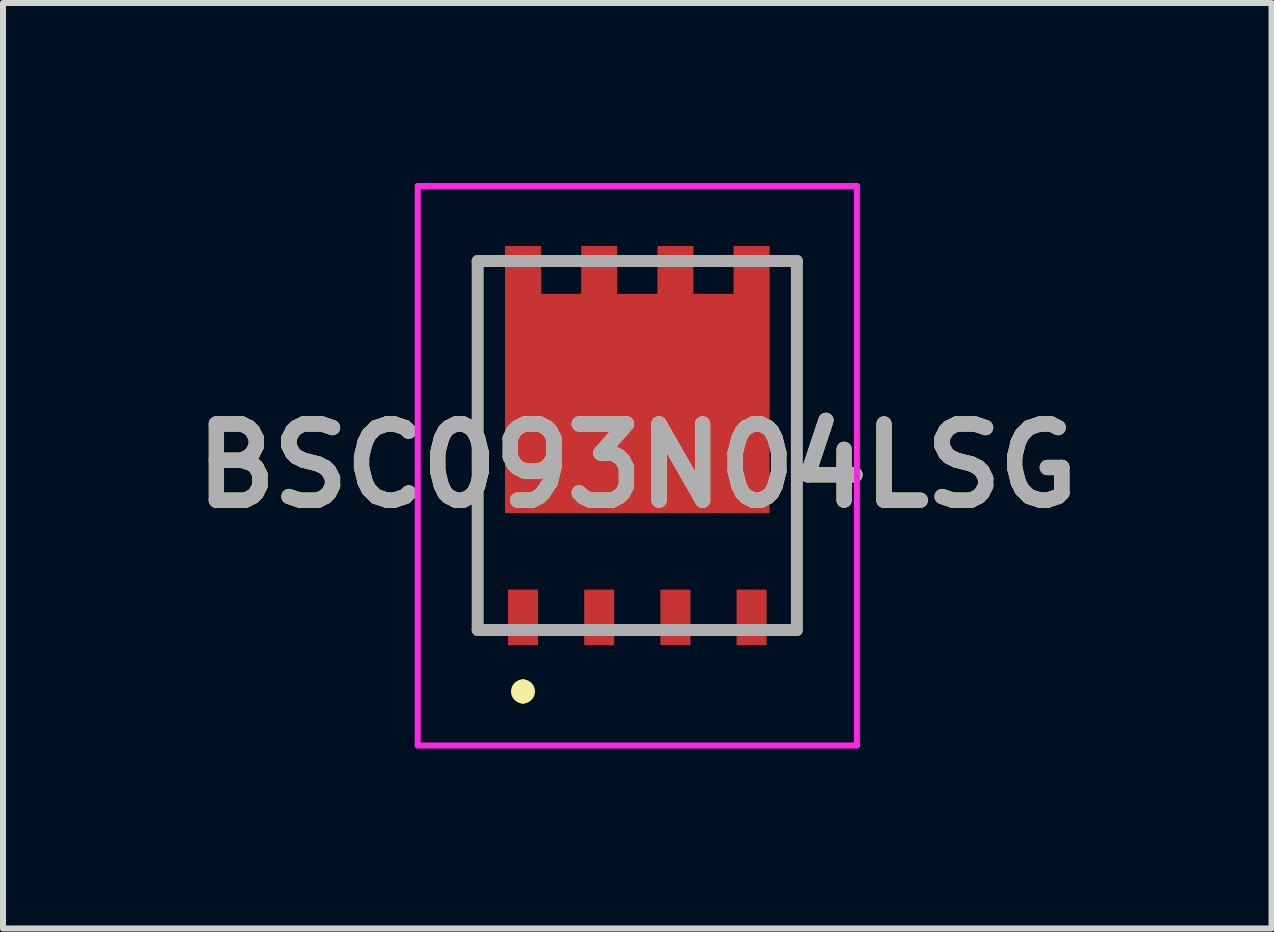
<source format=kicad_pcb>
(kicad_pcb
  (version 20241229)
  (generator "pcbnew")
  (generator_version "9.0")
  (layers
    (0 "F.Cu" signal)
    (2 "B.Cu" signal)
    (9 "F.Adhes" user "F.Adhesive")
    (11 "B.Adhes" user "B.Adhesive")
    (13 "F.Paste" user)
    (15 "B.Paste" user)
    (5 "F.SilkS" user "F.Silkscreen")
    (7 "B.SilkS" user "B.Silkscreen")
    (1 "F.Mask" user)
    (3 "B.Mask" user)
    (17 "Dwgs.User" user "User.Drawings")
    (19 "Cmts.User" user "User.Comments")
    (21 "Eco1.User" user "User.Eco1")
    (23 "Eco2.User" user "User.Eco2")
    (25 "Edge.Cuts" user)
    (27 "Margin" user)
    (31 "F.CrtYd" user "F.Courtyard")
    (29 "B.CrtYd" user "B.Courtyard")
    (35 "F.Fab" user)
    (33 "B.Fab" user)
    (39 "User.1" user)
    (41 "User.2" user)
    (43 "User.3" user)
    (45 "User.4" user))
  (footprint "BSC093N04LSG"
    (layer "F.Cu")
    (at 7.572 4.375)
    (property "Reference" "BSC093N04LSG" (at 0 0.337 0) (layer "F.SilkS") (effects (font (size 1.27 1.27) (thickness 0.254))))
    (attr smd)
    (fp_line (start -2.66 -3.075) (end -2.66 3.075) (stroke (width 0.1) (type solid)) (layer "F.SilkS"))
    (fp_line (start -1.905 4) (end -1.905 4) (stroke (width 0.2) (type solid)) (layer "F.SilkS"))
    (fp_line (start -1.905 4.2) (end -1.905 4.2) (stroke (width 0.2) (type solid)) (layer "F.SilkS"))
    (fp_line (start 2.66 -3.075) (end 2.66 3.075) (stroke (width 0.1) (type solid)) (layer "F.SilkS"))
    (fp_arc (start -1.905 4) (mid -1.805 4.1) (end -1.905 4.2) (stroke (width 0.2) (type solid)) (layer "F.SilkS"))
    (fp_arc (start -1.905 4.2) (mid -2.005 4.1) (end -1.905 4) (stroke (width 0.2) (type solid)) (layer "F.SilkS"))
    (fp_line (start -3.66 -4.325) (end 3.66 -4.325) (stroke (width 0.1) (type solid)) (layer "F.CrtYd"))
    (fp_line (start -3.66 5) (end -3.66 -4.325) (stroke (width 0.1) (type solid)) (layer "F.CrtYd"))
    (fp_line (start 3.66 -4.325) (end 3.66 5) (stroke (width 0.1) (type solid)) (layer "F.CrtYd"))
    (fp_line (start 3.66 5) (end -3.66 5) (stroke (width 0.1) (type solid)) (layer "F.CrtYd"))
    (fp_line (start -2.66 -3.075) (end 2.66 -3.075) (stroke (width 0.2) (type solid)) (layer "F.Fab"))
    (fp_line (start -2.66 3.075) (end -2.66 -3.075) (stroke (width 0.2) (type solid)) (layer "F.Fab"))
    (fp_line (start 2.66 -3.075) (end 2.66 3.075) (stroke (width 0.2) (type solid)) (layer "F.Fab"))
    (fp_line (start 2.66 3.075) (end -2.66 3.075) (stroke (width 0.2) (type solid)) (layer "F.Fab"))
    (fp_text user "${REFERENCE}" (at 0 0.337 0) (layer "F.Fab") (effects (font (size 1.27 1.27) (thickness 0.254))))
    (pad "1" smd rect (at -1.905 2.865) (size 0.5 0.925) (layers "F.Cu" "F.Mask" "F.Paste"))
    (pad "1" smd rect (at -0.635 2.865) (size 0.5 0.925) (layers "F.Cu" "F.Mask" "F.Paste"))
    (pad "1" smd rect (at 0.635 2.865) (size 0.5 0.925) (layers "F.Cu" "F.Mask" "F.Paste"))
    (pad "9" smd rect (at 1.905 2.865) (size 0.5 0.925) (layers "F.Cu" "F.Mask" "F.Paste"))
    (pad "10" smd rect (at -1.905 -2.925) (size 0.6 0.8) (layers "F.Cu" "F.Mask" "F.Paste"))
    (pad "10" smd rect (at -0.635 -2.925) (size 0.6 0.8) (layers "F.Cu" "F.Mask" "F.Paste"))
    (pad "10" smd rect (at 0 -0.7 90) (size 3.655 4.41) (layers "F.Cu" "F.Mask" "F.Paste"))
    (pad "10" smd rect (at 0.635 -2.925) (size 0.6 0.8) (layers "F.Cu" "F.Mask" "F.Paste"))
    (pad "10" smd rect (at 1.905 -2.925) (size 0.6 0.8) (layers "F.Cu" "F.Mask" "F.Paste")))
  (gr_rect
    (start -3 -3)
    (end 18.143 12.425)
    (stroke (width 0.1) (type default))
    (fill no)
    (layer "Edge.Cuts")))
</source>
